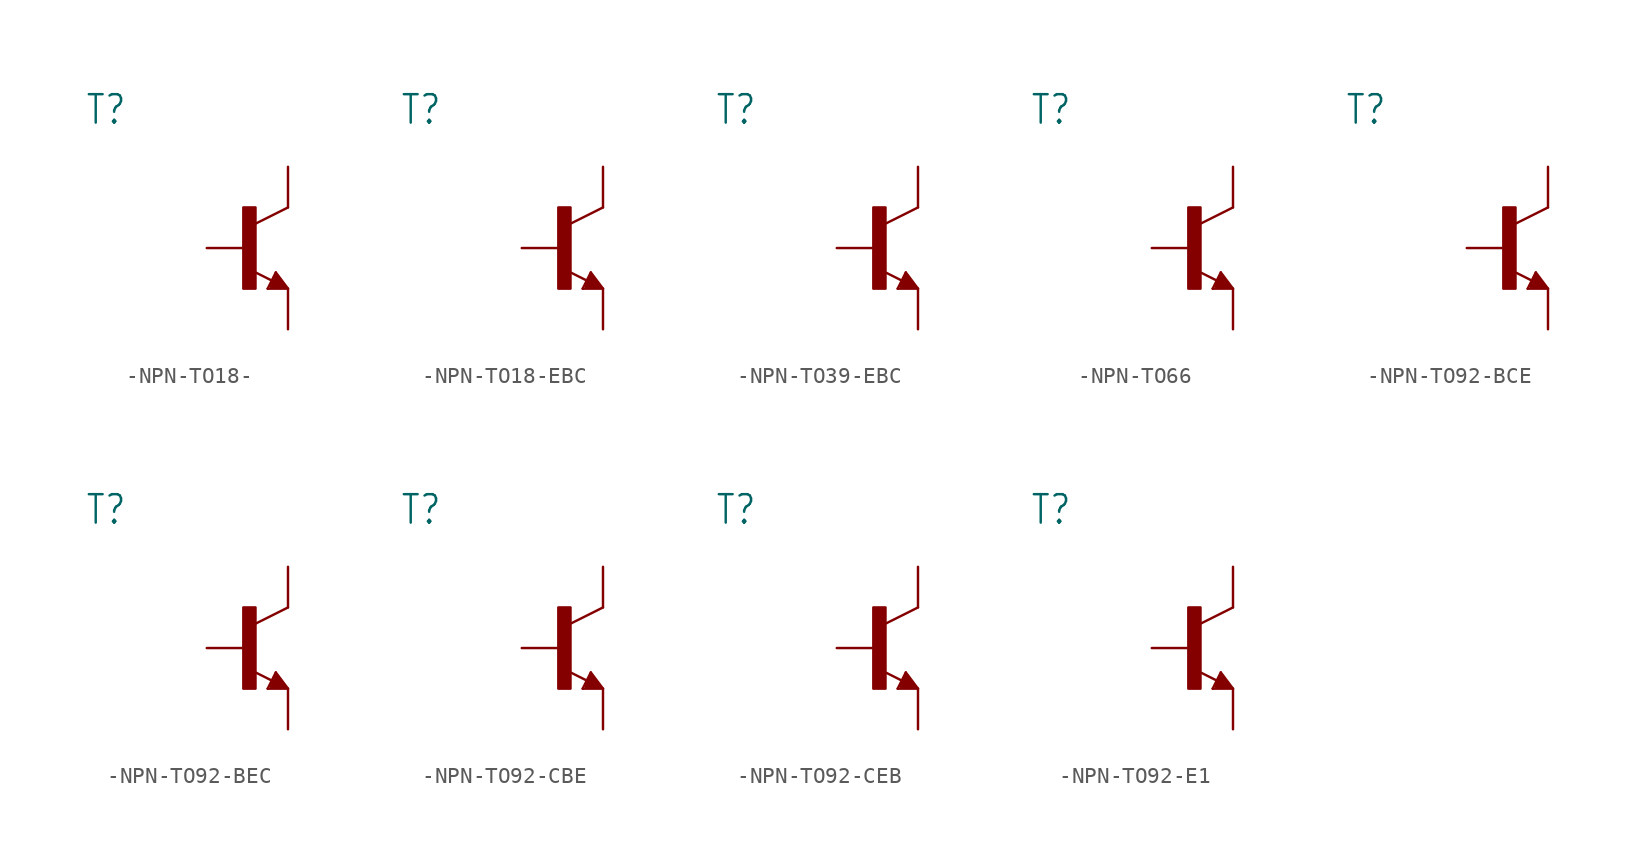
<source format=kicad_sym>
(kicad_symbol_lib
  (version 20241209)
  (generator "kicad_symbol_editor")
  (generator_version "9.0")
  (symbol "-NPN-TO18-"
    (property "Reference" "T"
      (at -10.16 7.62 0)
      (effects (font (size 1.778 1.511)) (justify left bottom)))
    (property "Value" ""
      (at -10.16 5.08 0)
      (effects (font (size 1.778 1.511)) (justify left bottom)))
    (property "ki_locked" ""
      (at 0 0 0)
      (effects (font (size 1.27 1.27))))
    (symbol "-NPN-TO18-_1_0"
      (rectangle (start -0.254 -2.54) (end 0.508 2.54) (stroke (width 0) (type default)) (fill (type outline)))
      (polyline (pts (xy 1.27 -2.54) (xy 1.778 -1.524)) (stroke (width 0.152) (type solid)) (fill (type none)))
      (polyline (pts (xy 1.524 -2.286) (xy 1.905 -2.286)) (stroke (width 0.254) (type solid)) (fill (type none)))
      (polyline (pts (xy 1.524 -2.413) (xy 2.286 -2.413)) (stroke (width 0.254) (type solid)) (fill (type none)))
      (polyline (pts (xy 1.54 -2.04) (xy 0.308 -1.424)) (stroke (width 0.152) (type solid)) (fill (type none)))
      (polyline (pts (xy 1.778 -1.524) (xy 2.54 -2.54)) (stroke (width 0.152) (type solid)) (fill (type none)))
      (polyline (pts (xy 1.778 -1.778) (xy 1.524 -2.286)) (stroke (width 0.254) (type solid)) (fill (type none)))
      (polyline (pts (xy 1.905 -2.286) (xy 1.778 -2.032)) (stroke (width 0.254) (type solid)) (fill (type none)))
      (polyline (pts (xy 2.286 -2.413) (xy 1.778 -1.778)) (stroke (width 0.254) (type solid)) (fill (type none)))
      (polyline (pts (xy 2.54 2.54) (xy 0.508 1.524)) (stroke (width 0.152) (type solid)) (fill (type none)))
      (polyline (pts (xy 2.54 -2.54) (xy 1.27 -2.54)) (stroke (width 0.152) (type solid)) (fill (type none)))
      (pin passive line (at -2.54 0 0) (length 2.54) (name "B" (effects (font (size 0 0)))) (number "2" (effects (font (size 0 0)))))
      (pin passive line (at 2.54 5.08 270) (length 2.54) (name "C" (effects (font (size 0 0)))) (number "3" (effects (font (size 0 0)))))
      (pin passive line (at 2.54 -5.08 90) (length 2.54) (name "E" (effects (font (size 0 0)))) (number "1" (effects (font (size 0 0)))))))
  (symbol "-NPN-TO18-EBC"
    (property "Reference" "T"
      (at -10.16 7.62 0)
      (effects (font (size 1.778 1.511)) (justify left bottom)))
    (property "Value" ""
      (at -10.16 5.08 0)
      (effects (font (size 1.778 1.511)) (justify left bottom)))
    (property "ki_locked" ""
      (at 0 0 0)
      (effects (font (size 1.27 1.27))))
    (symbol "-NPN-TO18-EBC_1_0"
      (rectangle (start -0.254 -2.54) (end 0.508 2.54) (stroke (width 0) (type default)) (fill (type outline)))
      (polyline (pts (xy 1.27 -2.54) (xy 1.778 -1.524)) (stroke (width 0.152) (type solid)) (fill (type none)))
      (polyline (pts (xy 1.524 -2.286) (xy 1.905 -2.286)) (stroke (width 0.254) (type solid)) (fill (type none)))
      (polyline (pts (xy 1.524 -2.413) (xy 2.286 -2.413)) (stroke (width 0.254) (type solid)) (fill (type none)))
      (polyline (pts (xy 1.54 -2.04) (xy 0.308 -1.424)) (stroke (width 0.152) (type solid)) (fill (type none)))
      (polyline (pts (xy 1.778 -1.524) (xy 2.54 -2.54)) (stroke (width 0.152) (type solid)) (fill (type none)))
      (polyline (pts (xy 1.778 -1.778) (xy 1.524 -2.286)) (stroke (width 0.254) (type solid)) (fill (type none)))
      (polyline (pts (xy 1.905 -2.286) (xy 1.778 -2.032)) (stroke (width 0.254) (type solid)) (fill (type none)))
      (polyline (pts (xy 2.286 -2.413) (xy 1.778 -1.778)) (stroke (width 0.254) (type solid)) (fill (type none)))
      (polyline (pts (xy 2.54 2.54) (xy 0.508 1.524)) (stroke (width 0.152) (type solid)) (fill (type none)))
      (polyline (pts (xy 2.54 -2.54) (xy 1.27 -2.54)) (stroke (width 0.152) (type solid)) (fill (type none)))
      (pin passive line (at -2.54 0 0) (length 2.54) (name "B" (effects (font (size 0 0)))) (number "2" (effects (font (size 0 0)))))
      (pin passive line (at 2.54 5.08 270) (length 2.54) (name "C" (effects (font (size 0 0)))) (number "3" (effects (font (size 0 0)))))
      (pin passive line (at 2.54 -5.08 90) (length 2.54) (name "E" (effects (font (size 0 0)))) (number "1" (effects (font (size 0 0)))))))
  (symbol "-NPN-TO39-EBC"
    (property "Reference" "T"
      (at -10.16 7.62 0)
      (effects (font (size 1.778 1.511)) (justify left bottom)))
    (property "Value" ""
      (at -10.16 5.08 0)
      (effects (font (size 1.778 1.511)) (justify left bottom)))
    (property "ki_locked" ""
      (at 0 0 0)
      (effects (font (size 1.27 1.27))))
    (symbol "-NPN-TO39-EBC_1_0"
      (rectangle (start -0.254 -2.54) (end 0.508 2.54) (stroke (width 0) (type default)) (fill (type outline)))
      (polyline (pts (xy 1.27 -2.54) (xy 1.778 -1.524)) (stroke (width 0.152) (type solid)) (fill (type none)))
      (polyline (pts (xy 1.524 -2.286) (xy 1.905 -2.286)) (stroke (width 0.254) (type solid)) (fill (type none)))
      (polyline (pts (xy 1.524 -2.413) (xy 2.286 -2.413)) (stroke (width 0.254) (type solid)) (fill (type none)))
      (polyline (pts (xy 1.54 -2.04) (xy 0.308 -1.424)) (stroke (width 0.152) (type solid)) (fill (type none)))
      (polyline (pts (xy 1.778 -1.524) (xy 2.54 -2.54)) (stroke (width 0.152) (type solid)) (fill (type none)))
      (polyline (pts (xy 1.778 -1.778) (xy 1.524 -2.286)) (stroke (width 0.254) (type solid)) (fill (type none)))
      (polyline (pts (xy 1.905 -2.286) (xy 1.778 -2.032)) (stroke (width 0.254) (type solid)) (fill (type none)))
      (polyline (pts (xy 2.286 -2.413) (xy 1.778 -1.778)) (stroke (width 0.254) (type solid)) (fill (type none)))
      (polyline (pts (xy 2.54 2.54) (xy 0.508 1.524)) (stroke (width 0.152) (type solid)) (fill (type none)))
      (polyline (pts (xy 2.54 -2.54) (xy 1.27 -2.54)) (stroke (width 0.152) (type solid)) (fill (type none)))
      (pin passive line (at -2.54 0 0) (length 2.54) (name "B" (effects (font (size 0 0)))) (number "2" (effects (font (size 0 0)))))
      (pin passive line (at 2.54 5.08 270) (length 2.54) (name "C" (effects (font (size 0 0)))) (number "3" (effects (font (size 0 0)))))
      (pin passive line (at 2.54 -5.08 90) (length 2.54) (name "E" (effects (font (size 0 0)))) (number "1" (effects (font (size 0 0)))))))
  (symbol "-NPN-TO66"
    (property "Reference" "T"
      (at -10.16 7.62 0)
      (effects (font (size 1.778 1.511)) (justify left bottom)))
    (property "Value" ""
      (at -10.16 5.08 0)
      (effects (font (size 1.778 1.511)) (justify left bottom)))
    (property "ki_locked" ""
      (at 0 0 0)
      (effects (font (size 1.27 1.27))))
    (symbol "-NPN-TO66_1_0"
      (rectangle (start -0.254 -2.54) (end 0.508 2.54) (stroke (width 0) (type default)) (fill (type outline)))
      (polyline (pts (xy 1.27 -2.54) (xy 1.778 -1.524)) (stroke (width 0.152) (type solid)) (fill (type none)))
      (polyline (pts (xy 1.524 -2.286) (xy 1.905 -2.286)) (stroke (width 0.254) (type solid)) (fill (type none)))
      (polyline (pts (xy 1.524 -2.413) (xy 2.286 -2.413)) (stroke (width 0.254) (type solid)) (fill (type none)))
      (polyline (pts (xy 1.54 -2.04) (xy 0.308 -1.424)) (stroke (width 0.152) (type solid)) (fill (type none)))
      (polyline (pts (xy 1.778 -1.524) (xy 2.54 -2.54)) (stroke (width 0.152) (type solid)) (fill (type none)))
      (polyline (pts (xy 1.778 -1.778) (xy 1.524 -2.286)) (stroke (width 0.254) (type solid)) (fill (type none)))
      (polyline (pts (xy 1.905 -2.286) (xy 1.778 -2.032)) (stroke (width 0.254) (type solid)) (fill (type none)))
      (polyline (pts (xy 2.286 -2.413) (xy 1.778 -1.778)) (stroke (width 0.254) (type solid)) (fill (type none)))
      (polyline (pts (xy 2.54 2.54) (xy 0.508 1.524)) (stroke (width 0.152) (type solid)) (fill (type none)))
      (polyline (pts (xy 2.54 -2.54) (xy 1.27 -2.54)) (stroke (width 0.152) (type solid)) (fill (type none)))
      (pin passive line (at -2.54 0 0) (length 2.54) (name "B" (effects (font (size 0 0)))) (number "2" (effects (font (size 0 0)))))
      (pin passive line (at 2.54 5.08 270) (length 2.54) (name "C" (effects (font (size 0 0)))) (number "3" (effects (font (size 0 0)))))
      (pin passive line (at 2.54 -5.08 90) (length 2.54) (name "E" (effects (font (size 0 0)))) (number "1" (effects (font (size 0 0)))))))
  (symbol "-NPN-TO92-BCE"
    (property "Reference" "T"
      (at -10.16 7.62 0)
      (effects (font (size 1.778 1.511)) (justify left bottom)))
    (property "Value" ""
      (at -10.16 5.08 0)
      (effects (font (size 1.778 1.511)) (justify left bottom)))
    (property "ki_locked" ""
      (at 0 0 0)
      (effects (font (size 1.27 1.27))))
    (symbol "-NPN-TO92-BCE_1_0"
      (rectangle (start -0.254 -2.54) (end 0.508 2.54) (stroke (width 0) (type default)) (fill (type outline)))
      (polyline (pts (xy 1.27 -2.54) (xy 1.778 -1.524)) (stroke (width 0.152) (type solid)) (fill (type none)))
      (polyline (pts (xy 1.524 -2.286) (xy 1.905 -2.286)) (stroke (width 0.254) (type solid)) (fill (type none)))
      (polyline (pts (xy 1.524 -2.413) (xy 2.286 -2.413)) (stroke (width 0.254) (type solid)) (fill (type none)))
      (polyline (pts (xy 1.54 -2.04) (xy 0.308 -1.424)) (stroke (width 0.152) (type solid)) (fill (type none)))
      (polyline (pts (xy 1.778 -1.524) (xy 2.54 -2.54)) (stroke (width 0.152) (type solid)) (fill (type none)))
      (polyline (pts (xy 1.778 -1.778) (xy 1.524 -2.286)) (stroke (width 0.254) (type solid)) (fill (type none)))
      (polyline (pts (xy 1.905 -2.286) (xy 1.778 -2.032)) (stroke (width 0.254) (type solid)) (fill (type none)))
      (polyline (pts (xy 2.286 -2.413) (xy 1.778 -1.778)) (stroke (width 0.254) (type solid)) (fill (type none)))
      (polyline (pts (xy 2.54 2.54) (xy 0.508 1.524)) (stroke (width 0.152) (type solid)) (fill (type none)))
      (polyline (pts (xy 2.54 -2.54) (xy 1.27 -2.54)) (stroke (width 0.152) (type solid)) (fill (type none)))
      (pin passive line (at -2.54 0 0) (length 2.54) (name "B" (effects (font (size 0 0)))) (number "B" (effects (font (size 0 0)))))
      (pin passive line (at 2.54 5.08 270) (length 2.54) (name "C" (effects (font (size 0 0)))) (number "C" (effects (font (size 0 0)))))
      (pin passive line (at 2.54 -5.08 90) (length 2.54) (name "E" (effects (font (size 0 0)))) (number "E" (effects (font (size 0 0)))))))
  (symbol "-NPN-TO92-BEC"
    (property "Reference" "T"
      (at -10.16 7.62 0)
      (effects (font (size 1.778 1.511)) (justify left bottom)))
    (property "Value" ""
      (at -10.16 5.08 0)
      (effects (font (size 1.778 1.511)) (justify left bottom)))
    (property "ki_locked" ""
      (at 0 0 0)
      (effects (font (size 1.27 1.27))))
    (symbol "-NPN-TO92-BEC_1_0"
      (rectangle (start -0.254 -2.54) (end 0.508 2.54) (stroke (width 0) (type default)) (fill (type outline)))
      (polyline (pts (xy 1.27 -2.54) (xy 1.778 -1.524)) (stroke (width 0.152) (type solid)) (fill (type none)))
      (polyline (pts (xy 1.524 -2.286) (xy 1.905 -2.286)) (stroke (width 0.254) (type solid)) (fill (type none)))
      (polyline (pts (xy 1.524 -2.413) (xy 2.286 -2.413)) (stroke (width 0.254) (type solid)) (fill (type none)))
      (polyline (pts (xy 1.54 -2.04) (xy 0.308 -1.424)) (stroke (width 0.152) (type solid)) (fill (type none)))
      (polyline (pts (xy 1.778 -1.524) (xy 2.54 -2.54)) (stroke (width 0.152) (type solid)) (fill (type none)))
      (polyline (pts (xy 1.778 -1.778) (xy 1.524 -2.286)) (stroke (width 0.254) (type solid)) (fill (type none)))
      (polyline (pts (xy 1.905 -2.286) (xy 1.778 -2.032)) (stroke (width 0.254) (type solid)) (fill (type none)))
      (polyline (pts (xy 2.286 -2.413) (xy 1.778 -1.778)) (stroke (width 0.254) (type solid)) (fill (type none)))
      (polyline (pts (xy 2.54 2.54) (xy 0.508 1.524)) (stroke (width 0.152) (type solid)) (fill (type none)))
      (polyline (pts (xy 2.54 -2.54) (xy 1.27 -2.54)) (stroke (width 0.152) (type solid)) (fill (type none)))
      (pin passive line (at -2.54 0 0) (length 2.54) (name "B" (effects (font (size 0 0)))) (number "B" (effects (font (size 0 0)))))
      (pin passive line (at 2.54 5.08 270) (length 2.54) (name "C" (effects (font (size 0 0)))) (number "C" (effects (font (size 0 0)))))
      (pin passive line (at 2.54 -5.08 90) (length 2.54) (name "E" (effects (font (size 0 0)))) (number "E" (effects (font (size 0 0)))))))
  (symbol "-NPN-TO92-CBE"
    (property "Reference" "T"
      (at -10.16 7.62 0)
      (effects (font (size 1.778 1.511)) (justify left bottom)))
    (property "Value" ""
      (at -10.16 5.08 0)
      (effects (font (size 1.778 1.511)) (justify left bottom)))
    (property "ki_locked" ""
      (at 0 0 0)
      (effects (font (size 1.27 1.27))))
    (symbol "-NPN-TO92-CBE_1_0"
      (rectangle (start -0.254 -2.54) (end 0.508 2.54) (stroke (width 0) (type default)) (fill (type outline)))
      (polyline (pts (xy 1.27 -2.54) (xy 1.778 -1.524)) (stroke (width 0.152) (type solid)) (fill (type none)))
      (polyline (pts (xy 1.524 -2.286) (xy 1.905 -2.286)) (stroke (width 0.254) (type solid)) (fill (type none)))
      (polyline (pts (xy 1.524 -2.413) (xy 2.286 -2.413)) (stroke (width 0.254) (type solid)) (fill (type none)))
      (polyline (pts (xy 1.54 -2.04) (xy 0.308 -1.424)) (stroke (width 0.152) (type solid)) (fill (type none)))
      (polyline (pts (xy 1.778 -1.524) (xy 2.54 -2.54)) (stroke (width 0.152) (type solid)) (fill (type none)))
      (polyline (pts (xy 1.778 -1.778) (xy 1.524 -2.286)) (stroke (width 0.254) (type solid)) (fill (type none)))
      (polyline (pts (xy 1.905 -2.286) (xy 1.778 -2.032)) (stroke (width 0.254) (type solid)) (fill (type none)))
      (polyline (pts (xy 2.286 -2.413) (xy 1.778 -1.778)) (stroke (width 0.254) (type solid)) (fill (type none)))
      (polyline (pts (xy 2.54 2.54) (xy 0.508 1.524)) (stroke (width 0.152) (type solid)) (fill (type none)))
      (polyline (pts (xy 2.54 -2.54) (xy 1.27 -2.54)) (stroke (width 0.152) (type solid)) (fill (type none)))
      (pin passive line (at -2.54 0 0) (length 2.54) (name "B" (effects (font (size 0 0)))) (number "B" (effects (font (size 0 0)))))
      (pin passive line (at 2.54 5.08 270) (length 2.54) (name "C" (effects (font (size 0 0)))) (number "C" (effects (font (size 0 0)))))
      (pin passive line (at 2.54 -5.08 90) (length 2.54) (name "E" (effects (font (size 0 0)))) (number "E" (effects (font (size 0 0)))))))
  (symbol "-NPN-TO92-CEB"
    (property "Reference" "T"
      (at -10.16 7.62 0)
      (effects (font (size 1.778 1.511)) (justify left bottom)))
    (property "Value" ""
      (at -10.16 5.08 0)
      (effects (font (size 1.778 1.511)) (justify left bottom)))
    (property "ki_locked" ""
      (at 0 0 0)
      (effects (font (size 1.27 1.27))))
    (symbol "-NPN-TO92-CEB_1_0"
      (rectangle (start -0.254 -2.54) (end 0.508 2.54) (stroke (width 0) (type default)) (fill (type outline)))
      (polyline (pts (xy 1.27 -2.54) (xy 1.778 -1.524)) (stroke (width 0.152) (type solid)) (fill (type none)))
      (polyline (pts (xy 1.524 -2.286) (xy 1.905 -2.286)) (stroke (width 0.254) (type solid)) (fill (type none)))
      (polyline (pts (xy 1.524 -2.413) (xy 2.286 -2.413)) (stroke (width 0.254) (type solid)) (fill (type none)))
      (polyline (pts (xy 1.54 -2.04) (xy 0.308 -1.424)) (stroke (width 0.152) (type solid)) (fill (type none)))
      (polyline (pts (xy 1.778 -1.524) (xy 2.54 -2.54)) (stroke (width 0.152) (type solid)) (fill (type none)))
      (polyline (pts (xy 1.778 -1.778) (xy 1.524 -2.286)) (stroke (width 0.254) (type solid)) (fill (type none)))
      (polyline (pts (xy 1.905 -2.286) (xy 1.778 -2.032)) (stroke (width 0.254) (type solid)) (fill (type none)))
      (polyline (pts (xy 2.286 -2.413) (xy 1.778 -1.778)) (stroke (width 0.254) (type solid)) (fill (type none)))
      (polyline (pts (xy 2.54 2.54) (xy 0.508 1.524)) (stroke (width 0.152) (type solid)) (fill (type none)))
      (polyline (pts (xy 2.54 -2.54) (xy 1.27 -2.54)) (stroke (width 0.152) (type solid)) (fill (type none)))
      (pin passive line (at -2.54 0 0) (length 2.54) (name "B" (effects (font (size 0 0)))) (number "B" (effects (font (size 0 0)))))
      (pin passive line (at 2.54 5.08 270) (length 2.54) (name "C" (effects (font (size 0 0)))) (number "C" (effects (font (size 0 0)))))
      (pin passive line (at 2.54 -5.08 90) (length 2.54) (name "E" (effects (font (size 0 0)))) (number "E" (effects (font (size 0 0)))))))
  (symbol "-NPN-TO92-E1"
    (property "Reference" "T"
      (at -10.16 7.62 0)
      (effects (font (size 1.778 1.511)) (justify left bottom)))
    (property "Value" ""
      (at -10.16 5.08 0)
      (effects (font (size 1.778 1.511)) (justify left bottom)))
    (property "ki_locked" ""
      (at 0 0 0)
      (effects (font (size 1.27 1.27))))
    (symbol "-NPN-TO92-E1_1_0"
      (rectangle (start -0.254 -2.54) (end 0.508 2.54) (stroke (width 0) (type default)) (fill (type outline)))
      (polyline (pts (xy 1.27 -2.54) (xy 1.778 -1.524)) (stroke (width 0.152) (type solid)) (fill (type none)))
      (polyline (pts (xy 1.524 -2.286) (xy 1.905 -2.286)) (stroke (width 0.254) (type solid)) (fill (type none)))
      (polyline (pts (xy 1.524 -2.413) (xy 2.286 -2.413)) (stroke (width 0.254) (type solid)) (fill (type none)))
      (polyline (pts (xy 1.54 -2.04) (xy 0.308 -1.424)) (stroke (width 0.152) (type solid)) (fill (type none)))
      (polyline (pts (xy 1.778 -1.524) (xy 2.54 -2.54)) (stroke (width 0.152) (type solid)) (fill (type none)))
      (polyline (pts (xy 1.778 -1.778) (xy 1.524 -2.286)) (stroke (width 0.254) (type solid)) (fill (type none)))
      (polyline (pts (xy 1.905 -2.286) (xy 1.778 -2.032)) (stroke (width 0.254) (type solid)) (fill (type none)))
      (polyline (pts (xy 2.286 -2.413) (xy 1.778 -1.778)) (stroke (width 0.254) (type solid)) (fill (type none)))
      (polyline (pts (xy 2.54 2.54) (xy 0.508 1.524)) (stroke (width 0.152) (type solid)) (fill (type none)))
      (polyline (pts (xy 2.54 -2.54) (xy 1.27 -2.54)) (stroke (width 0.152) (type solid)) (fill (type none)))
      (pin passive line (at -2.54 0 0) (length 2.54) (name "B" (effects (font (size 0 0)))) (number "2" (effects (font (size 0 0)))))
      (pin passive line (at 2.54 5.08 270) (length 2.54) (name "C" (effects (font (size 0 0)))) (number "1" (effects (font (size 0 0)))))
      (pin passive line (at 2.54 -5.08 90) (length 2.54) (name "E" (effects (font (size 0 0)))) (number "3" (effects (font (size 0 0))))))))
</source>
